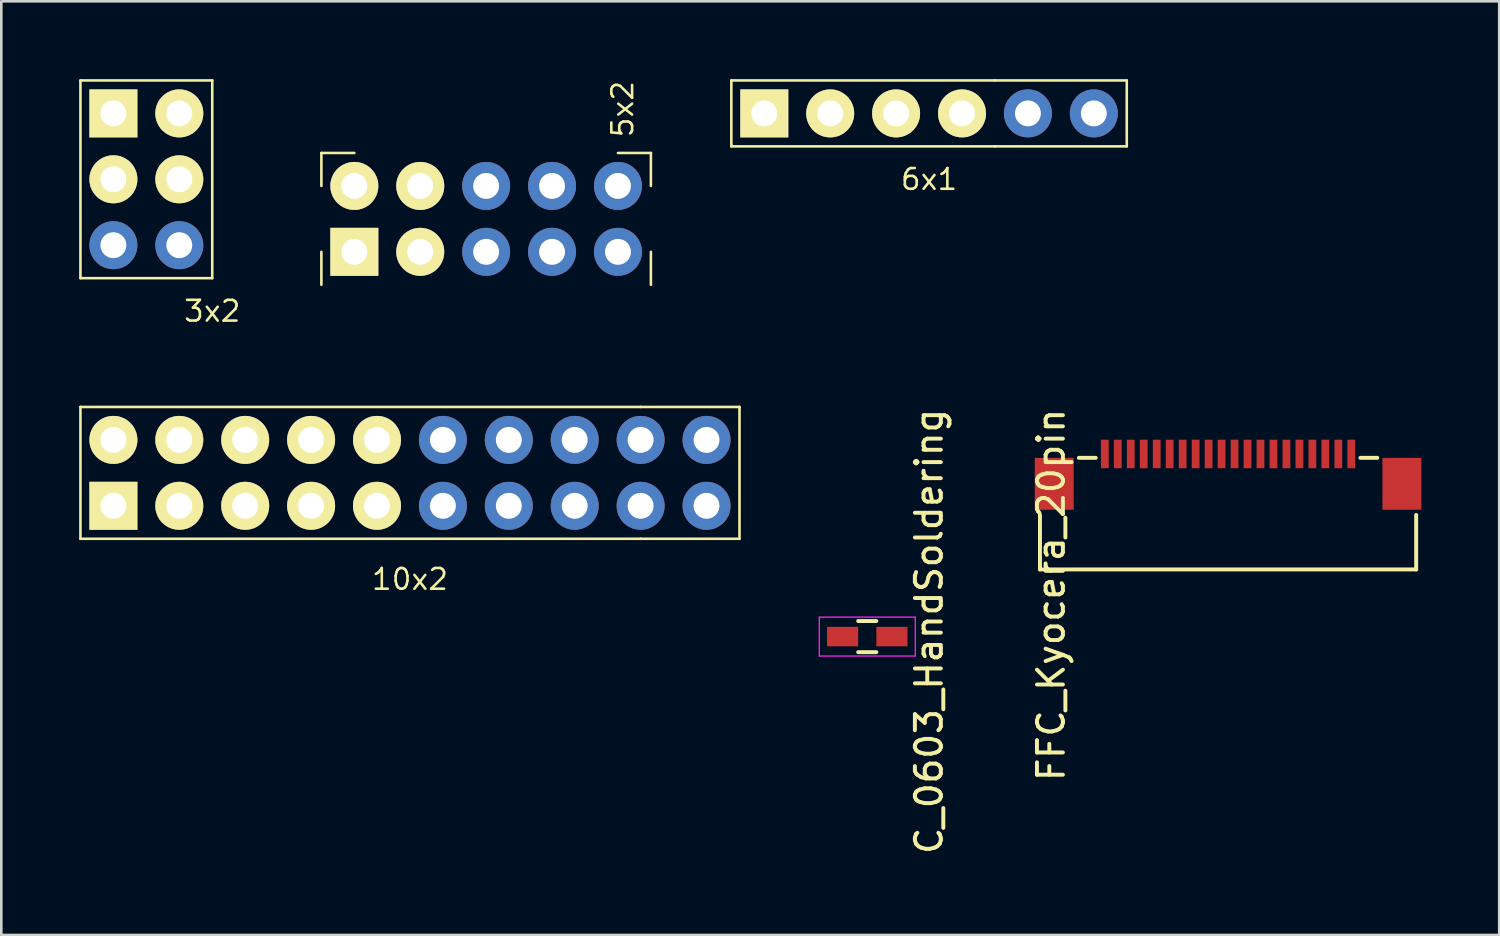
<source format=kicad_pcb>
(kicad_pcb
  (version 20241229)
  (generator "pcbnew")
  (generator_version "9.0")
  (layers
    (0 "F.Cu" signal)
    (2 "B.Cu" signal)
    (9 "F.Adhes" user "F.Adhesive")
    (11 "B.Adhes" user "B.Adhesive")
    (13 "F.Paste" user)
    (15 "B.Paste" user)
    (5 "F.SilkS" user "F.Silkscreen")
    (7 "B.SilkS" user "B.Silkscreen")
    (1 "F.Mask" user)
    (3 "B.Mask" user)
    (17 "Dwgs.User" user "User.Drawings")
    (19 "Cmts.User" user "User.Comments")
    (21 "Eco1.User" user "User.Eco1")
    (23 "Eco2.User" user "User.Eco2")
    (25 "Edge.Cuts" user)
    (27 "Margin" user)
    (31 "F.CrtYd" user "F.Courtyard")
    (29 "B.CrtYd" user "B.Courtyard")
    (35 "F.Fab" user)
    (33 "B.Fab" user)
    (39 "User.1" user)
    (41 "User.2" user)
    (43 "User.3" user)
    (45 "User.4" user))
  (footprint "C_0603_HandSoldering"
    (layer "F.Cu")
    (at 30.375 21.484)
    (property "Reference" "C_0603_HandSoldering" (at 2.38 -0.2 90) (layer "F.SilkS") (effects (font (size 1 1) (thickness 0.152))))
    (attr smd)
    (fp_line (start -0.35 -0.6) (end 0.35 -0.6) (stroke (width 0.152) (type solid)) (layer "F.SilkS"))
    (fp_line (start 0.35 0.6) (end -0.35 0.6) (stroke (width 0.152) (type solid)) (layer "F.SilkS"))
    (fp_line (start -1.85 -0.75) (end -1.85 0.75) (stroke (width 0.05) (type solid)) (layer "F.CrtYd"))
    (fp_line (start -1.85 -0.75) (end 1.85 -0.75) (stroke (width 0.05) (type solid)) (layer "F.CrtYd"))
    (fp_line (start -1.85 0.75) (end 1.85 0.75) (stroke (width 0.05) (type solid)) (layer "F.CrtYd"))
    (fp_line (start 1.85 -0.75) (end 1.85 0.75) (stroke (width 0.05) (type solid)) (layer "F.CrtYd"))
    (pad "1" smd rect (at -0.95 0) (size 1.2 0.75) (layers "F.Cu" "F.Mask" "F.Paste"))
    (pad "2" smd rect (at 0.95 0) (size 1.2 0.75) (layers "F.Cu" "F.Mask" "F.Paste")))
  (footprint "FFC_Kyocera_20pin"
    (layer "F.Cu")
    (at 44.28 14.446)
    (property "Reference" "FFC_Kyocera_20pin" (at -6.82 5.433 90) (layer "F.SilkS") (effects (font (size 1 1) (thickness 0.152))))
    (attr through_hole)
    (fp_line (start -7.25 4.45) (end -7.25 2.35) (stroke (width 0.152) (type solid)) (layer "F.SilkS"))
    (fp_line (start -7.25 4.45) (end 7.25 4.45) (stroke (width 0.152) (type solid)) (layer "F.SilkS"))
    (fp_line (start -5.75 0.15) (end -5.1 0.15) (stroke (width 0.152) (type solid)) (layer "F.SilkS"))
    (fp_line (start 5.1 0.15) (end 5.75 0.15) (stroke (width 0.152) (type solid)) (layer "F.SilkS"))
    (fp_line (start 7.25 4.45) (end 7.25 2.35) (stroke (width 0.152) (type solid)) (layer "F.SilkS"))
    (pad "1" smd rect (at -4.75 0) (size 0.3 1.1) (layers "F.Cu" "F.Mask" "F.Paste"))
    (pad "2" smd rect (at -4.25 0) (size 0.3 1.1) (layers "F.Cu" "F.Mask" "F.Paste"))
    (pad "3" smd rect (at -3.75 0) (size 0.3 1.1) (layers "F.Cu" "F.Mask" "F.Paste"))
    (pad "4" smd rect (at -3.25 0) (size 0.3 1.1) (layers "F.Cu" "F.Mask" "F.Paste"))
    (pad "5" smd rect (at -2.75 0) (size 0.3 1.1) (layers "F.Cu" "F.Mask" "F.Paste"))
    (pad "6" smd rect (at -2.25 0) (size 0.3 1.1) (layers "F.Cu" "F.Mask" "F.Paste"))
    (pad "7" smd rect (at -1.75 0) (size 0.3 1.1) (layers "F.Cu" "F.Mask" "F.Paste"))
    (pad "8" smd rect (at -1.25 0) (size 0.3 1.1) (layers "F.Cu" "F.Mask" "F.Paste"))
    (pad "9" smd rect (at -0.75 0) (size 0.3 1.1) (layers "F.Cu" "F.Mask" "F.Paste"))
    (pad "10" smd rect (at -0.25 0) (size 0.3 1.1) (layers "F.Cu" "F.Mask" "F.Paste"))
    (pad "11" smd rect (at 0.25 0) (size 0.3 1.1) (layers "F.Cu" "F.Mask" "F.Paste"))
    (pad "12" smd rect (at 0.75 0) (size 0.3 1.1) (layers "F.Cu" "F.Mask" "F.Paste"))
    (pad "13" smd rect (at 1.25 0) (size 0.3 1.1) (layers "F.Cu" "F.Mask" "F.Paste"))
    (pad "14" smd rect (at 1.75 0) (size 0.3 1.1) (layers "F.Cu" "F.Mask" "F.Paste"))
    (pad "15" smd rect (at 2.25 0) (size 0.3 1.1) (layers "F.Cu" "F.Mask" "F.Paste"))
    (pad "16" smd rect (at 2.75 0) (size 0.3 1.1) (layers "F.Cu" "F.Mask" "F.Paste"))
    (pad "17" smd rect (at 3.25 0) (size 0.3 1.1) (layers "F.Cu" "F.Mask" "F.Paste"))
    (pad "18" smd rect (at 3.75 0) (size 0.3 1.1) (layers "F.Cu" "F.Mask" "F.Paste"))
    (pad "19" smd rect (at 4.25 0) (size 0.3 1.1) (layers "F.Cu" "F.Mask" "F.Paste"))
    (pad "20" smd rect (at 4.75 0) (size 0.3 1.1) (layers "F.Cu" "F.Mask" "F.Paste"))
    (pad "21" smd rect (at -6.7 1.15) (size 1.5 2) (layers "F.Cu" "F.Mask" "F.Paste"))
    (pad "22" smd rect (at 6.7 1.15) (size 1.5 2) (layers "F.Cu" "F.Mask" "F.Paste")))
  (footprint "6x1"
    (layer "F.Cu")
    (at 26.406 1.32)
    (property "Reference" "6x1" (at 6.35 2.54 0) (layer "F.SilkS") (effects (font (size 0.8 0.8) (thickness 0.1))))
    (attr through_hole)
    (fp_line (start -1.27 -1.27) (end -1.27 1.27) (stroke (width 0.1) (type solid)) (layer "F.SilkS"))
    (fp_line (start -1.27 1.27) (end 8.89 1.27) (stroke (width 0.1) (type solid)) (layer "F.SilkS"))
    (fp_line (start 8.89 -1.27) (end -1.27 -1.27) (stroke (width 0.1) (type solid)) (layer "F.SilkS"))
    (fp_line (start 8.89 -1.27) (end 13.97 -1.27) (stroke (width 0.1) (type solid)) (layer "F.SilkS"))
    (fp_line (start 8.89 1.27) (end 13.97 1.27) (stroke (width 0.1) (type solid)) (layer "F.SilkS"))
    (fp_line (start 13.97 1.27) (end 13.97 -1.27) (stroke (width 0.1) (type solid)) (layer "F.SilkS"))
    (pad "1" thru_hole rect (at 0 0) (size 1.85 1.85) (drill 1) (layers "*.Cu" "*.Mask" "F.SilkS"))
    (pad "2" thru_hole circle (at 2.54 0) (size 1.85 1.85) (drill 1) (layers "*.Cu" "*.Mask" "F.SilkS"))
    (pad "3" thru_hole circle (at 5.08 0) (size 1.85 1.85) (drill 1) (layers "*.Cu" "*.Mask" "F.SilkS"))
    (pad "4" thru_hole circle (at 7.62 0) (size 1.85 1.85) (drill 1) (layers "*.Cu" "*.Mask" "F.SilkS"))
    (pad "5" thru_hole circle (at 10.16 0) (size 1.85 1.85) (drill 1) (layers "*.Cu" "*.Mask"))
    (pad "6" thru_hole circle (at 12.7 0) (size 1.85 1.85) (drill 1) (layers "*.Cu" "*.Mask")))
  (footprint "5x2"
    (layer "F.Cu")
    (at 10.606 6.656)
    (property "Reference" "5x2" (at 10.34 -5.5 90) (layer "F.SilkS") (effects (font (size 0.8 0.8) (thickness 0.1))))
    (attr through_hole)
    (fp_line (start -1.27 -3.81) (end -1.27 -2.54) (stroke (width 0.1) (type solid)) (layer "F.SilkS"))
    (fp_line (start -1.27 0) (end -1.27 1.27) (stroke (width 0.1) (type solid)) (layer "F.SilkS"))
    (fp_line (start 0 -3.81) (end -1.27 -3.81) (stroke (width 0.1) (type solid)) (layer "F.SilkS"))
    (fp_line (start 10.16 -3.81) (end 11.43 -3.81) (stroke (width 0.1) (type solid)) (layer "F.SilkS"))
    (fp_line (start 11.43 -3.81) (end 11.43 -2.54) (stroke (width 0.1) (type solid)) (layer "F.SilkS"))
    (fp_line (start 11.43 0) (end 11.43 1.27) (stroke (width 0.1) (type solid)) (layer "F.SilkS"))
    (pad "1" thru_hole rect (at 0 0) (size 1.85 1.85) (drill 1) (layers "*.Cu" "*.Mask" "F.SilkS"))
    (pad "2" thru_hole circle (at 0 -2.54) (size 1.85 1.85) (drill 1) (layers "*.Cu" "*.Mask" "F.SilkS"))
    (pad "3" thru_hole circle (at 2.54 0) (size 1.85 1.85) (drill 1) (layers "*.Cu" "*.Mask" "F.SilkS"))
    (pad "4" thru_hole circle (at 2.54 -2.54) (size 1.85 1.85) (drill 1) (layers "*.Cu" "*.Mask" "F.SilkS"))
    (pad "5" thru_hole circle (at 5.08 0) (size 1.85 1.85) (drill 1) (layers "*.Cu" "*.Mask"))
    (pad "6" thru_hole circle (at 5.08 -2.54) (size 1.85 1.85) (drill 1) (layers "*.Cu" "*.Mask"))
    (pad "7" thru_hole circle (at 7.62 0) (size 1.85 1.85) (drill 1) (layers "*.Cu" "*.Mask"))
    (pad "8" thru_hole circle (at 7.62 -2.54) (size 1.85 1.85) (drill 1) (layers "*.Cu" "*.Mask"))
    (pad "9" thru_hole circle (at 10.16 0) (size 1.85 1.85) (drill 1) (layers "*.Cu" "*.Mask"))
    (pad "10" thru_hole circle (at 10.16 -2.54) (size 1.85 1.85) (drill 1) (layers "*.Cu" "*.Mask")))
  (footprint "10x2"
    (layer "F.Cu")
    (at 12.75 15.174)
    (property "Reference" "10x2" (at 0 4.1 0) (layer "F.SilkS") (effects (font (size 0.8 0.8) (thickness 0.1))))
    (attr through_hole)
    (fp_line (start -12.7 -2.54) (end -12.7 2.54) (stroke (width 0.1) (type solid)) (layer "F.SilkS"))
    (fp_line (start -12.7 -2.54) (end 8.89 -2.54) (stroke (width 0.1) (type solid)) (layer "F.SilkS"))
    (fp_line (start -12.7 2.54) (end 8.89 2.54) (stroke (width 0.1) (type solid)) (layer "F.SilkS"))
    (fp_line (start 8.89 -2.54) (end 12.7 -2.54) (stroke (width 0.1) (type solid)) (layer "F.SilkS"))
    (fp_line (start 12.7 -2.54) (end 12.7 2.54) (stroke (width 0.1) (type solid)) (layer "F.SilkS"))
    (fp_line (start 12.7 2.54) (end 8.89 2.54) (stroke (width 0.1) (type solid)) (layer "F.SilkS"))
    (pad "1" thru_hole rect (at -11.43 1.27) (size 1.85 1.85) (drill 1) (layers "*.Cu" "*.Mask" "F.SilkS"))
    (pad "2" thru_hole circle (at -11.43 -1.27) (size 1.85 1.85) (drill 1) (layers "*.Cu" "*.Mask" "F.SilkS"))
    (pad "3" thru_hole circle (at -8.89 1.27) (size 1.85 1.85) (drill 1) (layers "*.Cu" "*.Mask" "F.SilkS"))
    (pad "4" thru_hole circle (at -8.89 -1.27) (size 1.85 1.85) (drill 1) (layers "*.Cu" "*.Mask" "F.SilkS"))
    (pad "5" thru_hole circle (at -6.35 1.27) (size 1.85 1.85) (drill 1) (layers "*.Cu" "*.Mask" "F.SilkS"))
    (pad "6" thru_hole circle (at -6.35 -1.27) (size 1.85 1.85) (drill 1) (layers "*.Cu" "*.Mask" "F.SilkS"))
    (pad "7" thru_hole circle (at -3.81 1.27) (size 1.85 1.85) (drill 1) (layers "*.Cu" "*.Mask" "F.SilkS"))
    (pad "8" thru_hole circle (at -3.81 -1.27) (size 1.85 1.85) (drill 1) (layers "*.Cu" "*.Mask" "F.SilkS"))
    (pad "9" thru_hole circle (at -1.27 1.27) (size 1.85 1.85) (drill 1) (layers "*.Cu" "*.Mask" "F.SilkS"))
    (pad "10" thru_hole circle (at -1.27 -1.27) (size 1.85 1.85) (drill 1) (layers "*.Cu" "*.Mask" "F.SilkS"))
    (pad "11" thru_hole circle (at 1.27 1.27) (size 1.85 1.85) (drill 1) (layers "*.Cu" "*.Mask"))
    (pad "12" thru_hole circle (at 1.27 -1.27) (size 1.85 1.85) (drill 1) (layers "*.Cu" "*.Mask"))
    (pad "13" thru_hole circle (at 3.81 1.27) (size 1.85 1.85) (drill 1) (layers "*.Cu" "*.Mask"))
    (pad "14" thru_hole circle (at 3.81 -1.27) (size 1.85 1.85) (drill 1) (layers "*.Cu" "*.Mask"))
    (pad "15" thru_hole circle (at 6.35 1.27) (size 1.85 1.85) (drill 1) (layers "*.Cu" "*.Mask"))
    (pad "16" thru_hole circle (at 6.35 -1.27) (size 1.85 1.85) (drill 1) (layers "*.Cu" "*.Mask"))
    (pad "17" thru_hole circle (at 8.89 1.27) (size 1.85 1.85) (drill 1) (layers "*.Cu" "*.Mask"))
    (pad "18" thru_hole circle (at 8.89 -1.27) (size 1.85 1.85) (drill 1) (layers "*.Cu" "*.Mask"))
    (pad "19" thru_hole circle (at 11.43 1.27) (size 1.85 1.85) (drill 1) (layers "*.Cu" "*.Mask"))
    (pad "20" thru_hole circle (at 11.43 -1.27) (size 1.85 1.85) (drill 1) (layers "*.Cu" "*.Mask")))
  (footprint "3x2"
    (layer "F.Cu")
    (at 1.32 3.86)
    (property "Reference" "3x2" (at 3.81 5.08 0) (layer "F.SilkS") (effects (font (size 0.8 0.8) (thickness 0.1))))
    (attr through_hole)
    (fp_line (start -1.27 -3.81) (end 3.81 -3.81) (stroke (width 0.1) (type solid)) (layer "F.SilkS"))
    (fp_line (start -1.27 3.81) (end -1.27 -3.81) (stroke (width 0.1) (type solid)) (layer "F.SilkS"))
    (fp_line (start 3.81 -3.81) (end 3.81 3.81) (stroke (width 0.1) (type solid)) (layer "F.SilkS"))
    (fp_line (start 3.81 3.81) (end -1.27 3.81) (stroke (width 0.1) (type solid)) (layer "F.SilkS"))
    (pad "1" thru_hole rect (at 0 -2.54) (size 1.85 1.85) (drill 1) (layers "*.Cu" "*.Mask" "F.SilkS"))
    (pad "2" thru_hole circle (at 2.54 -2.54) (size 1.85 1.85) (drill 1) (layers "*.Cu" "*.Mask" "F.SilkS"))
    (pad "3" thru_hole circle (at 0 0) (size 1.85 1.85) (drill 1) (layers "*.Cu" "*.Mask" "F.SilkS"))
    (pad "4" thru_hole circle (at 2.54 0) (size 1.85 1.85) (drill 1) (layers "*.Cu" "*.Mask" "F.SilkS"))
    (pad "5" thru_hole circle (at 0 2.54) (size 1.85 1.85) (drill 1) (layers "*.Cu" "*.Mask"))
    (pad "6" thru_hole circle (at 2.54 2.54) (size 1.85 1.85) (drill 1) (layers "*.Cu" "*.Mask")))
  (gr_rect
    (start -3 -3)
    (end 54.73 32.984)
    (stroke (width 0.1) (type default))
    (fill no)
    (layer "Edge.Cuts")))
</source>
